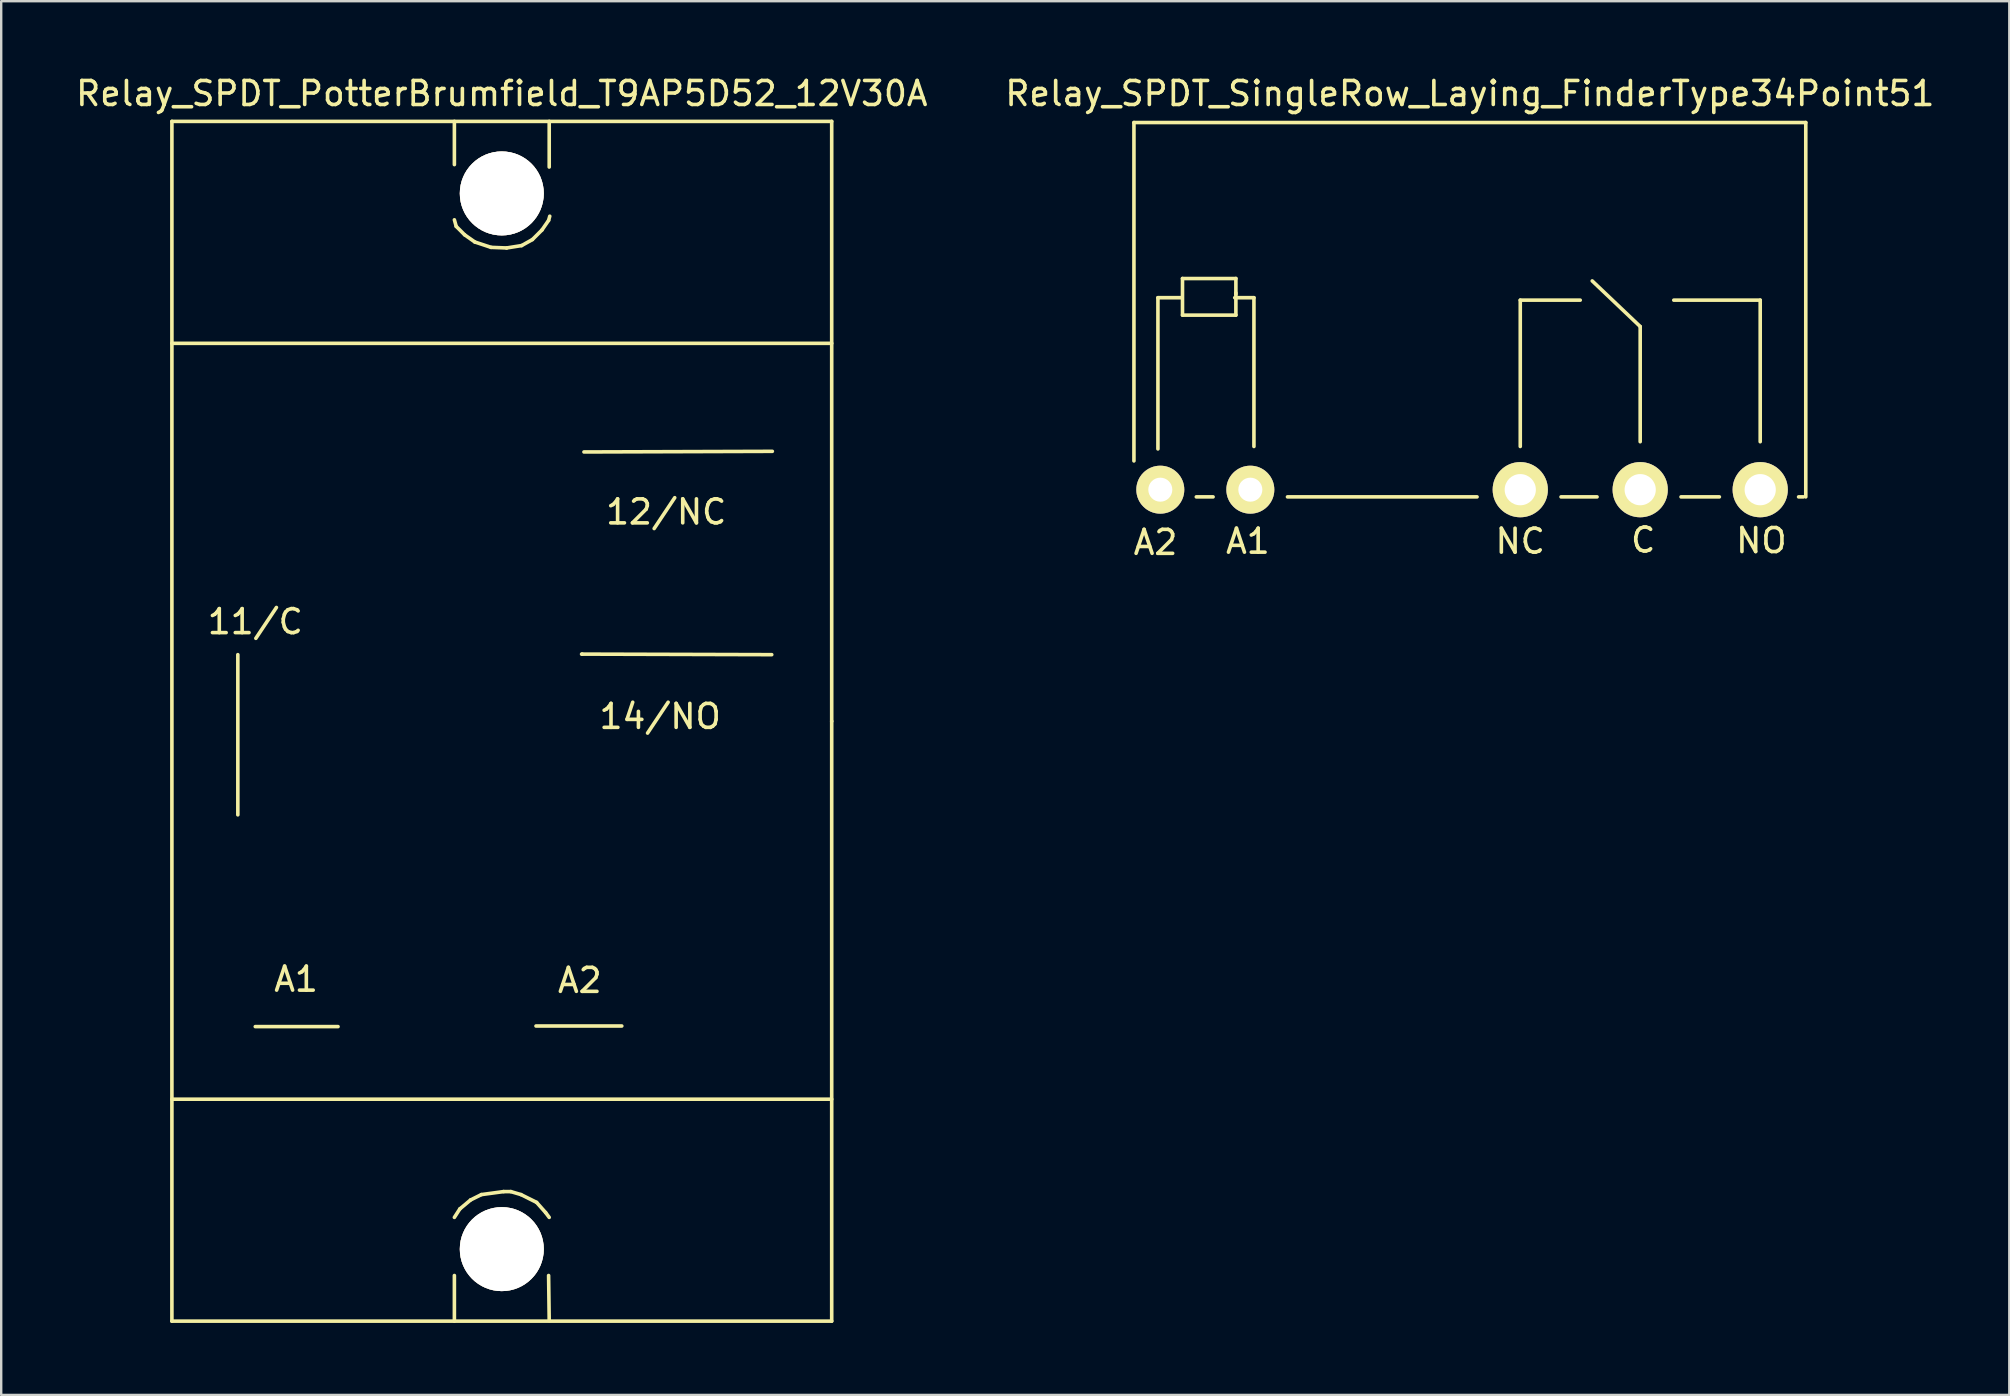
<source format=kicad_pcb>
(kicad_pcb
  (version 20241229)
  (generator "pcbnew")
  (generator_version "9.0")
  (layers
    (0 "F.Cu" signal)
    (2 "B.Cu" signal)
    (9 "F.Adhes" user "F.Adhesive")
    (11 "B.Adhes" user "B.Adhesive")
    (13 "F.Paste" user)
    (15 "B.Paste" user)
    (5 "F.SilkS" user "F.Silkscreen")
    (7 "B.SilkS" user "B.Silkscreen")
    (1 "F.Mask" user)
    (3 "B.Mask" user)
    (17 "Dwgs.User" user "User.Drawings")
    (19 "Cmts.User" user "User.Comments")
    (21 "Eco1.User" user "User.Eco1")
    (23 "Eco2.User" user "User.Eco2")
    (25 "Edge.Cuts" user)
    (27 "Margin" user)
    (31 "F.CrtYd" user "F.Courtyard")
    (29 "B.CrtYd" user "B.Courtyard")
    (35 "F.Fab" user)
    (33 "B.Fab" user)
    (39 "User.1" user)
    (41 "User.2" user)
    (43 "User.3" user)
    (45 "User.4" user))
  (footprint "Relay_SPDT_PotterBrumfield_T9AP5D52_12V30A"
    (layer "F.Cu")
    (at 17.863 27.01)
    (property "Reference" "Relay_SPDT_PotterBrumfield_T9AP5D52_12V30A" (at 0 -26.162 0) (layer "F.SilkS") (effects (font (size 1 1) (thickness 0.15))))
    (attr through_hole)
    (fp_line (start -13.749 -25.001) (end -13.749 25.001) (stroke (width 0.15) (type solid)) (layer "F.SilkS"))
    (fp_line (start -13.749 -15.751) (end 13.749 -15.751) (stroke (width 0.15) (type solid)) (layer "F.SilkS"))
    (fp_line (start -13.749 25.001) (end 13.749 25.001) (stroke (width 0.15) (type solid)) (layer "F.SilkS"))
    (fp_line (start -11.001 -2.776) (end -11.001 3.899) (stroke (width 0.15) (type solid)) (layer "F.SilkS"))
    (fp_line (start -6.825 12.725) (end -10.274 12.725) (stroke (width 0.15) (type solid)) (layer "F.SilkS"))
    (fp_line (start -1.976 -23.2) (end -1.976 -25.001) (stroke (width 0.15) (type solid)) (layer "F.SilkS"))
    (fp_line (start -1.976 -20.899) (end -1.9 -20.625) (stroke (width 0.15) (type solid)) (layer "F.SilkS"))
    (fp_line (start -1.976 23.099) (end -1.976 25.001) (stroke (width 0.15) (type solid)) (layer "F.SilkS"))
    (fp_line (start -1.9 -20.625) (end -1.549 -20.274) (stroke (width 0.15) (type solid)) (layer "F.SilkS"))
    (fp_line (start -1.75 20.325) (end -1.976 20.676) (stroke (width 0.15) (type solid)) (layer "F.SilkS"))
    (fp_line (start -1.549 -20.274) (end -1.125 -19.975) (stroke (width 0.15) (type solid)) (layer "F.SilkS"))
    (fp_line (start -1.3 19.949) (end -1.75 20.325) (stroke (width 0.15) (type solid)) (layer "F.SilkS"))
    (fp_line (start -1.125 -19.975) (end -0.45 -19.751) (stroke (width 0.15) (type solid)) (layer "F.SilkS"))
    (fp_line (start -0.851 19.726) (end -1.3 19.949) (stroke (width 0.15) (type solid)) (layer "F.SilkS"))
    (fp_line (start -0.45 -19.751) (end 0.201 -19.726) (stroke (width 0.15) (type solid)) (layer "F.SilkS"))
    (fp_line (start 0.076 19.601) (end -0.851 19.726) (stroke (width 0.15) (type solid)) (layer "F.SilkS"))
    (fp_line (start 0.201 -19.726) (end 0.826 -19.825) (stroke (width 0.15) (type solid)) (layer "F.SilkS"))
    (fp_line (start 0.376 19.601) (end 0.076 19.601) (stroke (width 0.15) (type solid)) (layer "F.SilkS"))
    (fp_line (start 0.8 19.726) (end 0.376 19.601) (stroke (width 0.15) (type solid)) (layer "F.SilkS"))
    (fp_line (start 0.826 -19.825) (end 1.275 -20.076) (stroke (width 0.15) (type solid)) (layer "F.SilkS"))
    (fp_line (start 1.275 -20.076) (end 1.674 -20.475) (stroke (width 0.15) (type solid)) (layer "F.SilkS"))
    (fp_line (start 1.425 12.7) (end 5.001 12.7) (stroke (width 0.15) (type solid)) (layer "F.SilkS"))
    (fp_line (start 1.45 20.051) (end 0.8 19.726) (stroke (width 0.15) (type solid)) (layer "F.SilkS"))
    (fp_line (start 1.674 -20.475) (end 1.951 -20.876) (stroke (width 0.15) (type solid)) (layer "F.SilkS"))
    (fp_line (start 1.826 20.475) (end 1.45 20.051) (stroke (width 0.15) (type solid)) (layer "F.SilkS"))
    (fp_line (start 1.951 -20.876) (end 1.999 -21.049) (stroke (width 0.15) (type solid)) (layer "F.SilkS"))
    (fp_line (start 1.951 23.099) (end 1.976 24.976) (stroke (width 0.15) (type solid)) (layer "F.SilkS"))
    (fp_line (start 1.976 -23.099) (end 1.976 -25.001) (stroke (width 0.15) (type solid)) (layer "F.SilkS"))
    (fp_line (start 1.976 20.676) (end 1.826 20.475) (stroke (width 0.15) (type solid)) (layer "F.SilkS"))
    (fp_line (start 3.35 -2.799) (end 3.325 -2.799) (stroke (width 0.15) (type solid)) (layer "F.SilkS"))
    (fp_line (start 11.25 -2.776) (end 3.35 -2.799) (stroke (width 0.15) (type solid)) (layer "F.SilkS"))
    (fp_line (start 11.275 -11.25) (end 3.424 -11.224) (stroke (width 0.15) (type solid)) (layer "F.SilkS"))
    (fp_line (start 13.749 -25.001) (end -13.749 -25.001) (stroke (width 0.15) (type solid)) (layer "F.SilkS"))
    (fp_line (start 13.749 0) (end 13.749 -25.001) (stroke (width 0.15) (type solid)) (layer "F.SilkS"))
    (fp_line (start 13.749 15.751) (end -13.749 15.751) (stroke (width 0.15) (type solid)) (layer "F.SilkS"))
    (fp_line (start 13.749 25.001) (end 13.749 0) (stroke (width 0.15) (type solid)) (layer "F.SilkS"))
    (fp_text user "11/C" (at -10.274 -4.15 0) (layer "F.SilkS") (effects (font (size 1 1) (thickness 0.15))))
    (fp_text user "14/NO" (at 6.599 -0.201 0) (layer "F.SilkS") (effects (font (size 1 1) (thickness 0.15))))
    (fp_text user "A1" (at -8.575 10.749 0) (layer "F.SilkS") (effects (font (size 1 1) (thickness 0.15))))
    (fp_text user "12/NC" (at 6.85 -8.725 0) (layer "F.SilkS") (effects (font (size 1 1) (thickness 0.15))))
    (fp_text user "A2" (at 3.251 10.8 0) (layer "F.SilkS") (effects (font (size 1 1) (thickness 0.15))))
    (pad "1" thru_hole circle (at 0 -21.999) (size 3.5 3.5) (drill 3.5) (layers "*.Cu" "*.Mask" "F.SilkS"))
    (pad "2" thru_hole circle (at 0 21.999) (size 3.5 3.5) (drill 3.5) (layers "*.Cu" "*.Mask" "F.SilkS")))
  (footprint "Relay_SPDT_SingleRow_Laying_FinderType34Point51"
    (layer "F.Cu")
    (at 58.208 17.358)
    (property "Reference" "Relay_SPDT_SingleRow_Laying_FinderType34Point51" (at 0 -16.51 0) (layer "F.SilkS") (effects (font (size 1 1) (thickness 0.15))))
    (attr through_hole)
    (fp_line (start -14 -15.301) (end -14 -1.199) (stroke (width 0.15) (type solid)) (layer "F.SilkS"))
    (fp_line (start -13 -8.001) (end -13 -1.699) (stroke (width 0.15) (type solid)) (layer "F.SilkS"))
    (fp_line (start -11.999 -8.001) (end -13 -8.001) (stroke (width 0.15) (type solid)) (layer "F.SilkS"))
    (fp_line (start -11.976 -8.801) (end -11.976 -7.275) (stroke (width 0.15) (type solid)) (layer "F.SilkS"))
    (fp_line (start -11.976 -7.275) (end -9.751 -7.275) (stroke (width 0.15) (type solid)) (layer "F.SilkS"))
    (fp_line (start -10.701 0.3) (end -11.4 0.3) (stroke (width 0.15) (type solid)) (layer "F.SilkS"))
    (fp_line (start -9.799 -8.001) (end -8.999 -8.001) (stroke (width 0.15) (type solid)) (layer "F.SilkS"))
    (fp_line (start -9.751 -8.801) (end -11.976 -8.801) (stroke (width 0.15) (type solid)) (layer "F.SilkS"))
    (fp_line (start -9.751 -8.151) (end -9.751 -8.801) (stroke (width 0.15) (type solid)) (layer "F.SilkS"))
    (fp_line (start -9.751 -7.275) (end -9.751 -8.202) (stroke (width 0.15) (type solid)) (layer "F.SilkS"))
    (fp_line (start -8.999 -8.001) (end -8.999 -1.801) (stroke (width 0.15) (type solid)) (layer "F.SilkS"))
    (fp_line (start 0.3 0.3) (end -7.6 0.3) (stroke (width 0.15) (type solid)) (layer "F.SilkS"))
    (fp_line (start 2.101 -7.899) (end 2.101 -1.801) (stroke (width 0.15) (type solid)) (layer "F.SilkS"))
    (fp_line (start 4.6 -7.899) (end 2.101 -7.899) (stroke (width 0.15) (type solid)) (layer "F.SilkS"))
    (fp_line (start 5.301 0.3) (end 3.8 0.3) (stroke (width 0.15) (type solid)) (layer "F.SilkS"))
    (fp_line (start 7.099 -6.8) (end 5.1 -8.7) (stroke (width 0.15) (type solid)) (layer "F.SilkS"))
    (fp_line (start 7.099 -1.999) (end 7.099 -6.8) (stroke (width 0.15) (type solid)) (layer "F.SilkS"))
    (fp_line (start 8.499 -7.899) (end 12.101 -7.899) (stroke (width 0.15) (type solid)) (layer "F.SilkS"))
    (fp_line (start 10.399 0.3) (end 8.801 0.3) (stroke (width 0.15) (type solid)) (layer "F.SilkS"))
    (fp_line (start 12.101 -7.899) (end 12.101 -1.999) (stroke (width 0.15) (type solid)) (layer "F.SilkS"))
    (fp_line (start 13.899 0.3) (end 13.701 0.3) (stroke (width 0.15) (type solid)) (layer "F.SilkS"))
    (fp_line (start 14 -15.301) (end -14 -15.301) (stroke (width 0.15) (type solid)) (layer "F.SilkS"))
    (fp_line (start 14 -15.301) (end 14 0.3) (stroke (width 0.15) (type solid)) (layer "F.SilkS"))
    (fp_text user "A1" (at -9.251 2.149 0) (layer "F.SilkS") (effects (font (size 1 1) (thickness 0.15))))
    (fp_text user "NC" (at 2.098 2.149 0) (layer "F.SilkS") (effects (font (size 1 1) (thickness 0.15))))
    (fp_text user "C" (at 7.224 2.101 0) (layer "F.SilkS") (effects (font (size 1 1) (thickness 0.15))))
    (fp_text user "NO" (at 12.149 2.123 0) (layer "F.SilkS") (effects (font (size 1 1) (thickness 0.15))))
    (fp_text user "A2" (at -13.101 2.197 0) (layer "F.SilkS") (effects (font (size 1 1) (thickness 0.15))))
    (pad "11" thru_hole circle (at 7.099 0) (size 2.301 2.301) (drill 1.3) (layers "*.Cu" "*.Mask" "F.SilkS"))
    (pad "12" thru_hole circle (at 2.101 0) (size 2.301 2.301) (drill 1.3) (layers "*.Cu" "*.Mask" "F.SilkS"))
    (pad "14" thru_hole circle (at 12.101 0) (size 2.301 2.301) (drill 1.3) (layers "*.Cu" "*.Mask" "F.SilkS"))
    (pad "A1" thru_hole circle (at -9.149 0) (size 1.999 1.999) (drill 1.001) (layers "*.Cu" "*.Mask" "F.SilkS"))
    (pad "A2" thru_hole circle (at -12.901 0) (size 1.999 1.999) (drill 1.001) (layers "*.Cu" "*.Mask" "F.SilkS")))
  (gr_rect
    (start -3 -3)
    (end 80.69 55.086)
    (stroke (width 0.1) (type default))
    (fill no)
    (layer "Edge.Cuts")))
</source>
